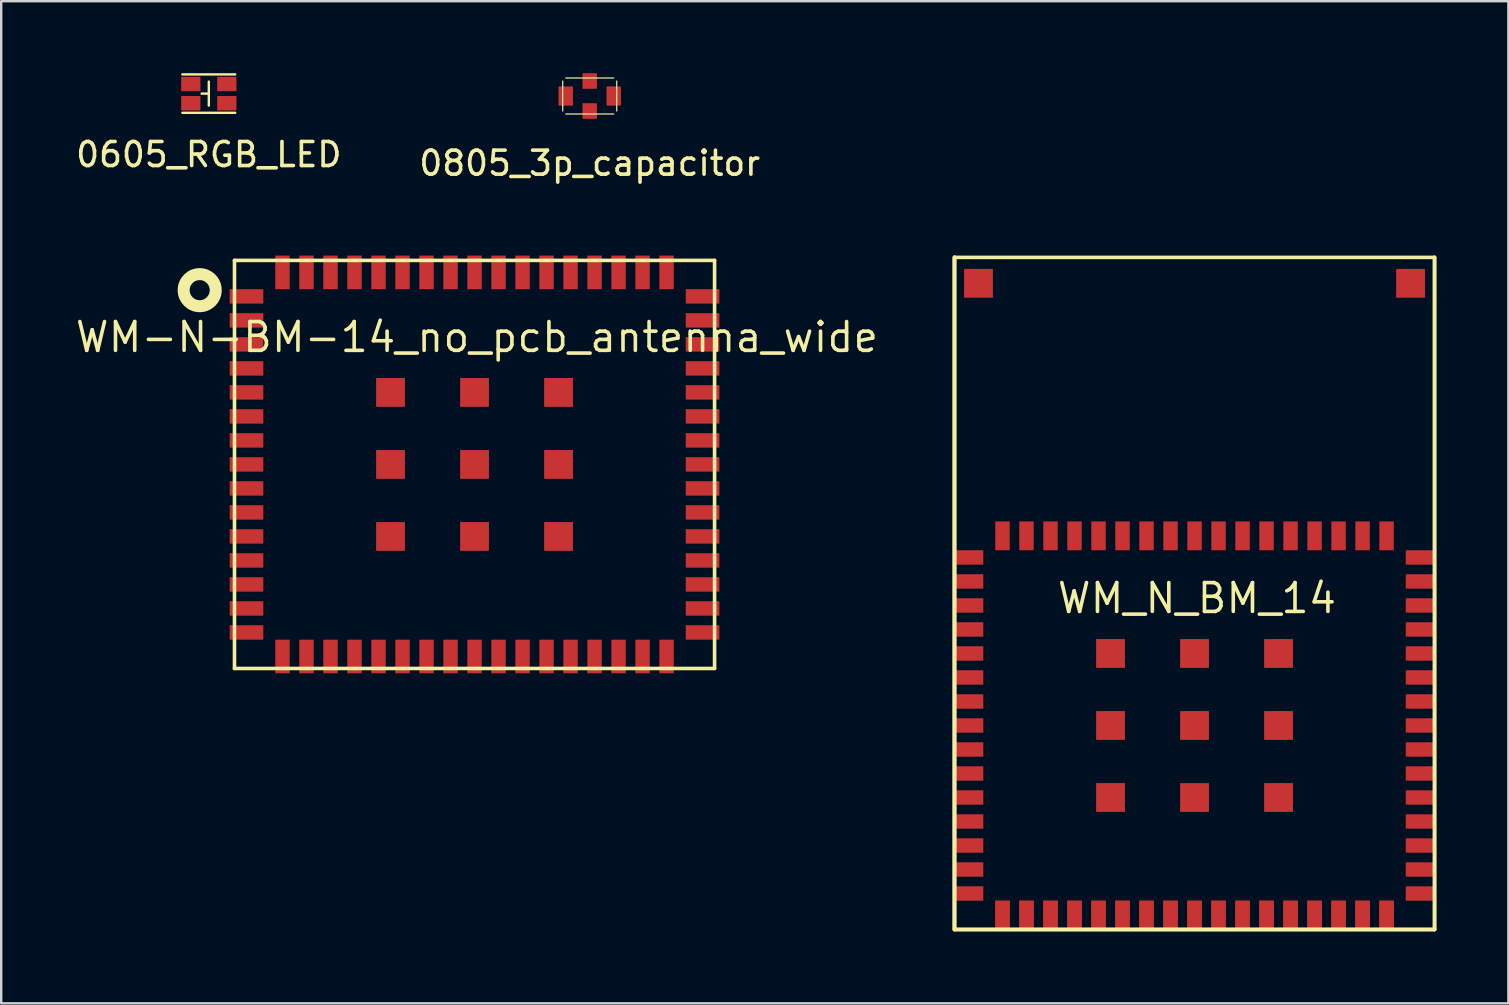
<source format=kicad_pcb>
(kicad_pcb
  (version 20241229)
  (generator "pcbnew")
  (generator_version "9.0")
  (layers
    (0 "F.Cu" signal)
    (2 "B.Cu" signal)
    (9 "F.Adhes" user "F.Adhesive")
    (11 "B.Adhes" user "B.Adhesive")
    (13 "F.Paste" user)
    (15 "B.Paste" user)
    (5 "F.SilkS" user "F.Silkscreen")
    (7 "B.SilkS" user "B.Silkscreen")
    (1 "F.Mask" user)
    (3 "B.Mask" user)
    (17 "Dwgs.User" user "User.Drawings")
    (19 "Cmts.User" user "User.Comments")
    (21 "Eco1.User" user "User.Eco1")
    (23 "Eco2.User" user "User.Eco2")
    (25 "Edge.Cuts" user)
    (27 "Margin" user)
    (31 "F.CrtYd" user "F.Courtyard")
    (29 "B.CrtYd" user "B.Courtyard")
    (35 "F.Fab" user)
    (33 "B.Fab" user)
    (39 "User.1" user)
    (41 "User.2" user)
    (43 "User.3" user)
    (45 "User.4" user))
  (footprint "WM-N-BM-14_no_pcb_antenna_wide"
    (layer "F.Cu")
    (at 16.619 10.998)
    (property "Reference" "WM-N-BM-14_no_pcb_antenna_wide" (at 0.2 0 0) (layer "F.SilkS") (effects (font (size 1.2 1.2) (thickness 0.15))))
    (attr through_hole)
    (fp_line (start -9.9 -3.2) (end -9.9 13.8) (stroke (width 0.15) (type solid)) (layer "F.SilkS"))
    (fp_line (start -9.9 13.8) (end 10.1 13.8) (stroke (width 0.15) (type solid)) (layer "F.SilkS"))
    (fp_line (start 10.1 -3.2) (end -9.9 -3.2) (stroke (width 0.15) (type solid)) (layer "F.SilkS"))
    (fp_line (start 10.1 13.8) (end 10.1 -3.2) (stroke (width 0.15) (type solid)) (layer "F.SilkS"))
    (fp_circle (center -11.35 -1.96) (end -10.83 -2.38) (stroke (width 0.5) (type solid)) (fill no) (layer "F.SilkS"))
    (pad "1" smd rect (at -9.4 -1.7 90) (size 0.6 1.4) (layers "F.Cu" "F.Mask" "F.Paste"))
    (pad "2" smd rect (at -9.4 -0.7 90) (size 0.6 1.4) (layers "F.Cu" "F.Mask" "F.Paste"))
    (pad "3" smd rect (at -9.4 0.3 90) (size 0.6 1.4) (layers "F.Cu" "F.Mask" "F.Paste"))
    (pad "4" smd rect (at -9.4 1.3 90) (size 0.6 1.4) (layers "F.Cu" "F.Mask" "F.Paste"))
    (pad "5" smd rect (at -9.4 2.3 90) (size 0.6 1.4) (layers "F.Cu" "F.Mask" "F.Paste"))
    (pad "6" smd rect (at -9.4 3.3 90) (size 0.6 1.4) (layers "F.Cu" "F.Mask" "F.Paste"))
    (pad "7" smd rect (at -9.4 4.3 90) (size 0.6 1.4) (layers "F.Cu" "F.Mask" "F.Paste"))
    (pad "8" smd rect (at -9.4 5.3 90) (size 0.6 1.4) (layers "F.Cu" "F.Mask" "F.Paste"))
    (pad "9" smd rect (at -9.4 6.3 90) (size 0.6 1.4) (layers "F.Cu" "F.Mask" "F.Paste"))
    (pad "10" smd rect (at -9.4 7.3 90) (size 0.6 1.4) (layers "F.Cu" "F.Mask" "F.Paste"))
    (pad "11" smd rect (at -9.4 8.3 90) (size 0.6 1.4) (layers "F.Cu" "F.Mask" "F.Paste"))
    (pad "12" smd rect (at -9.4 9.3 90) (size 0.6 1.4) (layers "F.Cu" "F.Mask" "F.Paste"))
    (pad "13" smd rect (at -9.4 10.3 90) (size 0.6 1.4) (layers "F.Cu" "F.Mask" "F.Paste"))
    (pad "14" smd rect (at -9.4 11.3 90) (size 0.6 1.4) (layers "F.Cu" "F.Mask" "F.Paste"))
    (pad "15" smd rect (at -9.4 12.3 90) (size 0.6 1.4) (layers "F.Cu" "F.Mask" "F.Paste"))
    (pad "16" smd rect (at -7.9 13.3 90) (size 1.4 0.6) (layers "F.Cu" "F.Mask" "F.Paste"))
    (pad "17" smd rect (at -6.9 13.3 90) (size 1.4 0.6) (layers "F.Cu" "F.Mask" "F.Paste"))
    (pad "18" smd rect (at -5.9 13.3 90) (size 1.4 0.6) (layers "F.Cu" "F.Mask" "F.Paste"))
    (pad "19" smd rect (at -4.9 13.3 90) (size 1.4 0.6) (layers "F.Cu" "F.Mask" "F.Paste"))
    (pad "20" smd rect (at -3.9 13.3 90) (size 1.4 0.6) (layers "F.Cu" "F.Mask" "F.Paste"))
    (pad "21" smd rect (at -2.9 13.3 90) (size 1.4 0.6) (layers "F.Cu" "F.Mask" "F.Paste"))
    (pad "22" smd rect (at -1.9 13.3 90) (size 1.4 0.6) (layers "F.Cu" "F.Mask" "F.Paste"))
    (pad "23" smd rect (at -0.9 13.3 90) (size 1.4 0.6) (layers "F.Cu" "F.Mask" "F.Paste"))
    (pad "24" smd rect (at 0.1 13.3 90) (size 1.4 0.6) (layers "F.Cu" "F.Mask" "F.Paste"))
    (pad "25" smd rect (at 1.1 13.3 90) (size 1.4 0.6) (layers "F.Cu" "F.Mask" "F.Paste"))
    (pad "26" smd rect (at 2.1 13.3 90) (size 1.4 0.6) (layers "F.Cu" "F.Mask" "F.Paste"))
    (pad "27" smd rect (at 3.1 13.3 90) (size 1.4 0.6) (layers "F.Cu" "F.Mask" "F.Paste"))
    (pad "28" smd rect (at 4.1 13.3 90) (size 1.4 0.6) (layers "F.Cu" "F.Mask" "F.Paste"))
    (pad "29" smd rect (at 5.1 13.3 90) (size 1.4 0.6) (layers "F.Cu" "F.Mask" "F.Paste"))
    (pad "30" smd rect (at 6.1 13.3 90) (size 1.4 0.6) (layers "F.Cu" "F.Mask" "F.Paste"))
    (pad "31" smd rect (at 7.1 13.3 90) (size 1.4 0.6) (layers "F.Cu" "F.Mask" "F.Paste"))
    (pad "32" smd rect (at 8.1 13.3 90) (size 1.4 0.6) (layers "F.Cu" "F.Mask" "F.Paste"))
    (pad "33" smd rect (at 9.6 12.3 270) (size 0.6 1.4) (layers "F.Cu" "F.Mask" "F.Paste"))
    (pad "34" smd rect (at 9.6 11.3 270) (size 0.6 1.4) (layers "F.Cu" "F.Mask" "F.Paste"))
    (pad "35" smd rect (at 9.6 10.3 270) (size 0.6 1.4) (layers "F.Cu" "F.Mask" "F.Paste"))
    (pad "36" smd rect (at 9.6 9.3 270) (size 0.6 1.4) (layers "F.Cu" "F.Mask" "F.Paste"))
    (pad "37" smd rect (at 9.6 8.3 270) (size 0.6 1.4) (layers "F.Cu" "F.Mask" "F.Paste"))
    (pad "38" smd rect (at 9.6 7.3 270) (size 0.6 1.4) (layers "F.Cu" "F.Mask" "F.Paste"))
    (pad "39" smd rect (at 9.6 6.3 270) (size 0.6 1.4) (layers "F.Cu" "F.Mask" "F.Paste"))
    (pad "40" smd rect (at 9.6 5.3 270) (size 0.6 1.4) (layers "F.Cu" "F.Mask" "F.Paste"))
    (pad "41" smd rect (at 9.6 4.3 270) (size 0.6 1.4) (layers "F.Cu" "F.Mask" "F.Paste"))
    (pad "42" smd rect (at 9.6 3.3 270) (size 0.6 1.4) (layers "F.Cu" "F.Mask" "F.Paste"))
    (pad "43" smd rect (at 9.6 2.3 270) (size 0.6 1.4) (layers "F.Cu" "F.Mask" "F.Paste"))
    (pad "44" smd rect (at 9.6 1.3 270) (size 0.6 1.4) (layers "F.Cu" "F.Mask" "F.Paste"))
    (pad "45" smd rect (at 9.6 0.3 270) (size 0.6 1.4) (layers "F.Cu" "F.Mask" "F.Paste"))
    (pad "46" smd rect (at 9.6 -0.7 270) (size 0.6 1.4) (layers "F.Cu" "F.Mask" "F.Paste"))
    (pad "47" smd rect (at 9.6 -1.7 270) (size 0.6 1.4) (layers "F.Cu" "F.Mask" "F.Paste"))
    (pad "48" smd rect (at 8.1 -2.7 90) (size 1.4 0.6) (layers "F.Cu" "F.Mask" "F.Paste"))
    (pad "49" smd rect (at 7.1 -2.7 90) (size 1.4 0.6) (layers "F.Cu" "F.Mask" "F.Paste"))
    (pad "50" smd rect (at 6.1 -2.7 90) (size 1.4 0.6) (layers "F.Cu" "F.Mask" "F.Paste"))
    (pad "51" smd rect (at 5.1 -2.7 90) (size 1.4 0.6) (layers "F.Cu" "F.Mask" "F.Paste"))
    (pad "52" smd rect (at 4.1 -2.7 90) (size 1.4 0.6) (layers "F.Cu" "F.Mask" "F.Paste"))
    (pad "53" smd rect (at 3.1 -2.7 90) (size 1.4 0.6) (layers "F.Cu" "F.Mask" "F.Paste"))
    (pad "54" smd rect (at 2.1 -2.7 90) (size 1.4 0.6) (layers "F.Cu" "F.Mask" "F.Paste"))
    (pad "55" smd rect (at 1.1 -2.7 90) (size 1.4 0.6) (layers "F.Cu" "F.Mask" "F.Paste"))
    (pad "56" smd rect (at 0.1 -2.7 90) (size 1.4 0.6) (layers "F.Cu" "F.Mask" "F.Paste"))
    (pad "57" smd rect (at -0.9 -2.7 90) (size 1.4 0.6) (layers "F.Cu" "F.Mask" "F.Paste"))
    (pad "58" smd rect (at -1.9 -2.7 90) (size 1.4 0.6) (layers "F.Cu" "F.Mask" "F.Paste"))
    (pad "59" smd rect (at -2.9 -2.7 90) (size 1.4 0.6) (layers "F.Cu" "F.Mask" "F.Paste"))
    (pad "60" smd rect (at -3.9 -2.7 90) (size 1.4 0.6) (layers "F.Cu" "F.Mask" "F.Paste"))
    (pad "61" smd rect (at -4.9 -2.7 90) (size 1.4 0.6) (layers "F.Cu" "F.Mask" "F.Paste"))
    (pad "62" smd rect (at -5.9 -2.7 90) (size 1.4 0.6) (layers "F.Cu" "F.Mask" "F.Paste"))
    (pad "63" smd rect (at -6.9 -2.7 90) (size 1.4 0.6) (layers "F.Cu" "F.Mask" "F.Paste"))
    (pad "64" smd rect (at -7.9 -2.7 90) (size 1.4 0.6) (layers "F.Cu" "F.Mask" "F.Paste"))
    (pad "65" smd rect (at -3.4 2.3 90) (size 1.2 1.2) (layers "F.Cu" "F.Mask" "F.Paste"))
    (pad "66" smd rect (at -3.4 5.3 90) (size 1.2 1.2) (layers "F.Cu" "F.Mask" "F.Paste"))
    (pad "67" smd rect (at -3.4 8.3 90) (size 1.2 1.2) (layers "F.Cu" "F.Mask" "F.Paste"))
    (pad "68" smd rect (at 0.1 2.3 90) (size 1.2 1.2) (layers "F.Cu" "F.Mask" "F.Paste"))
    (pad "69" smd rect (at 0.1 5.3 90) (size 1.2 1.2) (layers "F.Cu" "F.Mask" "F.Paste"))
    (pad "70" smd rect (at 0.1 8.3 90) (size 1.2 1.2) (layers "F.Cu" "F.Mask" "F.Paste"))
    (pad "71" smd rect (at 3.6 2.3 90) (size 1.2 1.2) (layers "F.Cu" "F.Mask" "F.Paste"))
    (pad "72" smd rect (at 3.6 5.3 90) (size 1.2 1.2) (layers "F.Cu" "F.Mask" "F.Paste"))
    (pad "73" smd rect (at 3.6 8.3 90) (size 1.2 1.2) (layers "F.Cu" "F.Mask" "F.Paste")))
  (footprint "0605_RGB_LED"
    (layer "F.Cu")
    (at 5.649 0.85)
    (property "Reference" "0605_RGB_LED" (at 0 2.54 0) (layer "F.SilkS") (effects (font (size 1 1) (thickness 0.15))))
    (attr through_hole)
    (fp_line (start 0 -0.5) (end 0 0.5) (stroke (width 0.1) (type solid)) (layer "F.SilkS"))
    (fp_line (start 0 0) (end -0.3 0) (stroke (width 0.1) (type solid)) (layer "F.SilkS"))
    (fp_line (start 1.1 -0.8) (end -1.1 -0.8) (stroke (width 0.1) (type solid)) (layer "F.SilkS"))
    (fp_line (start 1.1 0.8) (end -1.1 0.8) (stroke (width 0.1) (type solid)) (layer "F.SilkS"))
    (pad "1" smd rect (at -0.75 0.4) (size 0.8 0.6) (layers "F.Cu" "F.Mask" "F.Paste"))
    (pad "2" smd rect (at -0.75 -0.4) (size 0.8 0.6) (layers "F.Cu" "F.Mask" "F.Paste"))
    (pad "3" smd rect (at 0.75 -0.4) (size 0.8 0.6) (layers "F.Cu" "F.Mask" "F.Paste"))
    (pad "4" smd rect (at 0.75 0.4) (size 0.8 0.6) (layers "F.Cu" "F.Mask" "F.Paste")))
  (footprint "WM_N_BM_14"
    (layer "F.Cu")
    (at 46.614 21.873)
    (property "Reference" "WM_N_BM_14" (at 0.2 0 0) (layer "F.SilkS") (effects (font (size 1.2 1.2) (thickness 0.15))))
    (attr through_hole)
    (fp_line (start -9.9 -14.2) (end -9.9 13.8) (stroke (width 0.15) (type solid)) (layer "F.SilkS"))
    (fp_line (start -9.9 -14.2) (end -9.9 13.8) (stroke (width 0.15) (type solid)) (layer "F.SilkS"))
    (fp_line (start -9.9 13.8) (end -9.9 -14.2) (stroke (width 0.15) (type solid)) (layer "F.SilkS"))
    (fp_line (start -9.9 13.8) (end 10.1 13.8) (stroke (width 0.15) (type solid)) (layer "F.SilkS"))
    (fp_line (start -9.9 13.8) (end 10.1 13.8) (stroke (width 0.15) (type solid)) (layer "F.SilkS"))
    (fp_line (start 10.1 -14.2) (end -9.9 -14.2) (stroke (width 0.15) (type solid)) (layer "F.SilkS"))
    (fp_line (start 10.1 -14.2) (end 10.1 13.8) (stroke (width 0.15) (type solid)) (layer "F.SilkS"))
    (fp_line (start 10.1 13.8) (end 10.1 -14.2) (stroke (width 0.15) (type solid)) (layer "F.SilkS"))
    (pad "1" smd rect (at -9.3 -1.7 90) (size 0.6 1.2) (layers "F.Cu" "F.Mask" "F.Paste"))
    (pad "2" smd rect (at -9.3 -0.7 90) (size 0.6 1.2) (layers "F.Cu" "F.Mask" "F.Paste"))
    (pad "3" smd rect (at -9.3 0.3 90) (size 0.6 1.2) (layers "F.Cu" "F.Mask" "F.Paste"))
    (pad "4" smd rect (at -9.3 1.3 90) (size 0.6 1.2) (layers "F.Cu" "F.Mask" "F.Paste"))
    (pad "5" smd rect (at -9.3 2.3 90) (size 0.6 1.2) (layers "F.Cu" "F.Mask" "F.Paste"))
    (pad "6" smd rect (at -9.3 3.3 90) (size 0.6 1.2) (layers "F.Cu" "F.Mask" "F.Paste"))
    (pad "7" smd rect (at -9.3 4.3 90) (size 0.6 1.2) (layers "F.Cu" "F.Mask" "F.Paste"))
    (pad "8" smd rect (at -9.3 5.3 90) (size 0.6 1.2) (layers "F.Cu" "F.Mask" "F.Paste"))
    (pad "9" smd rect (at -9.3 6.3 90) (size 0.6 1.2) (layers "F.Cu" "F.Mask" "F.Paste"))
    (pad "10" smd rect (at -9.3 7.3 90) (size 0.6 1.2) (layers "F.Cu" "F.Mask" "F.Paste"))
    (pad "11" smd rect (at -9.3 8.3 90) (size 0.6 1.2) (layers "F.Cu" "F.Mask" "F.Paste"))
    (pad "12" smd rect (at -9.3 9.3 90) (size 0.6 1.2) (layers "F.Cu" "F.Mask" "F.Paste"))
    (pad "13" smd rect (at -9.3 10.3 90) (size 0.6 1.2) (layers "F.Cu" "F.Mask" "F.Paste"))
    (pad "14" smd rect (at -9.3 11.3 90) (size 0.6 1.2) (layers "F.Cu" "F.Mask" "F.Paste"))
    (pad "15" smd rect (at -9.3 12.3 90) (size 0.6 1.2) (layers "F.Cu" "F.Mask" "F.Paste"))
    (pad "16" smd rect (at -7.9 13.2 90) (size 1.2 0.6) (layers "F.Cu" "F.Mask" "F.Paste"))
    (pad "16" smd rect (at -7.9 13.2 90) (size 1.2 0.6) (layers "F.Cu" "F.Mask" "F.Paste"))
    (pad "17" smd rect (at -6.9 13.2 90) (size 1.2 0.6) (layers "F.Cu" "F.Mask" "F.Paste"))
    (pad "17" smd rect (at -6.9 13.2 90) (size 1.2 0.6) (layers "F.Cu" "F.Mask" "F.Paste"))
    (pad "18" smd rect (at -5.9 13.2 90) (size 1.2 0.6) (layers "F.Cu" "F.Mask" "F.Paste"))
    (pad "18" smd rect (at -5.9 13.2 90) (size 1.2 0.6) (layers "F.Cu" "F.Mask" "F.Paste"))
    (pad "19" smd rect (at -4.9 13.2 90) (size 1.2 0.6) (layers "F.Cu" "F.Mask" "F.Paste"))
    (pad "19" smd rect (at -4.9 13.2 90) (size 1.2 0.6) (layers "F.Cu" "F.Mask" "F.Paste"))
    (pad "20" smd rect (at -3.9 13.2 90) (size 1.2 0.6) (layers "F.Cu" "F.Mask" "F.Paste"))
    (pad "20" smd rect (at -3.9 13.2 90) (size 1.2 0.6) (layers "F.Cu" "F.Mask" "F.Paste"))
    (pad "21" smd rect (at -2.9 13.2 90) (size 1.2 0.6) (layers "F.Cu" "F.Mask" "F.Paste"))
    (pad "21" smd rect (at -2.9 13.2 90) (size 1.2 0.6) (layers "F.Cu" "F.Mask" "F.Paste"))
    (pad "22" smd rect (at -1.9 13.2 90) (size 1.2 0.6) (layers "F.Cu" "F.Mask" "F.Paste"))
    (pad "22" smd rect (at -1.9 13.2 90) (size 1.2 0.6) (layers "F.Cu" "F.Mask" "F.Paste"))
    (pad "23" smd rect (at -0.9 13.2 90) (size 1.2 0.6) (layers "F.Cu" "F.Mask" "F.Paste"))
    (pad "23" smd rect (at -0.9 13.2 90) (size 1.2 0.6) (layers "F.Cu" "F.Mask" "F.Paste"))
    (pad "24" smd rect (at 0.1 13.2 90) (size 1.2 0.6) (layers "F.Cu" "F.Mask" "F.Paste"))
    (pad "24" smd rect (at 0.1 13.2 90) (size 1.2 0.6) (layers "F.Cu" "F.Mask" "F.Paste"))
    (pad "25" smd rect (at 1.1 13.2 90) (size 1.2 0.6) (layers "F.Cu" "F.Mask" "F.Paste"))
    (pad "25" smd rect (at 1.1 13.2 90) (size 1.2 0.6) (layers "F.Cu" "F.Mask" "F.Paste"))
    (pad "26" smd rect (at 2.1 13.2 90) (size 1.2 0.6) (layers "F.Cu" "F.Mask" "F.Paste"))
    (pad "26" smd rect (at 2.1 13.2 90) (size 1.2 0.6) (layers "F.Cu" "F.Mask" "F.Paste"))
    (pad "27" smd rect (at 3.1 13.2 90) (size 1.2 0.6) (layers "F.Cu" "F.Mask" "F.Paste"))
    (pad "27" smd rect (at 3.1 13.2 90) (size 1.2 0.6) (layers "F.Cu" "F.Mask" "F.Paste"))
    (pad "28" smd rect (at 4.1 13.2 90) (size 1.2 0.6) (layers "F.Cu" "F.Mask" "F.Paste"))
    (pad "28" smd rect (at 4.1 13.2 90) (size 1.2 0.6) (layers "F.Cu" "F.Mask" "F.Paste"))
    (pad "29" smd rect (at 5.1 13.2 90) (size 1.2 0.6) (layers "F.Cu" "F.Mask" "F.Paste"))
    (pad "29" smd rect (at 5.1 13.2 90) (size 1.2 0.6) (layers "F.Cu" "F.Mask" "F.Paste"))
    (pad "30" smd rect (at 6.1 13.2 90) (size 1.2 0.6) (layers "F.Cu" "F.Mask" "F.Paste"))
    (pad "30" smd rect (at 6.1 13.2 90) (size 1.2 0.6) (layers "F.Cu" "F.Mask" "F.Paste"))
    (pad "31" smd rect (at 7.1 13.2 90) (size 1.2 0.6) (layers "F.Cu" "F.Mask" "F.Paste"))
    (pad "31" smd rect (at 7.1 13.2 90) (size 1.2 0.6) (layers "F.Cu" "F.Mask" "F.Paste"))
    (pad "32" smd rect (at 8.1 13.2 90) (size 1.2 0.6) (layers "F.Cu" "F.Mask" "F.Paste"))
    (pad "32" smd rect (at 8.1 13.2 90) (size 1.2 0.6) (layers "F.Cu" "F.Mask" "F.Paste"))
    (pad "33" smd rect (at 9.5 12.3 270) (size 0.6 1.2) (layers "F.Cu" "F.Mask" "F.Paste"))
    (pad "34" smd rect (at 9.5 11.3 270) (size 0.6 1.2) (layers "F.Cu" "F.Mask" "F.Paste"))
    (pad "35" smd rect (at 9.5 10.3 270) (size 0.6 1.2) (layers "F.Cu" "F.Mask" "F.Paste"))
    (pad "36" smd rect (at 9.5 9.3 270) (size 0.6 1.2) (layers "F.Cu" "F.Mask" "F.Paste"))
    (pad "37" smd rect (at 9.5 8.3 270) (size 0.6 1.2) (layers "F.Cu" "F.Mask" "F.Paste"))
    (pad "38" smd rect (at 9.5 7.3 270) (size 0.6 1.2) (layers "F.Cu" "F.Mask" "F.Paste"))
    (pad "39" smd rect (at 9.5 6.3 270) (size 0.6 1.2) (layers "F.Cu" "F.Mask" "F.Paste"))
    (pad "40" smd rect (at 9.5 5.3 270) (size 0.6 1.2) (layers "F.Cu" "F.Mask" "F.Paste"))
    (pad "41" smd rect (at 9.5 4.3 270) (size 0.6 1.2) (layers "F.Cu" "F.Mask" "F.Paste"))
    (pad "42" smd rect (at 9.5 3.3 270) (size 0.6 1.2) (layers "F.Cu" "F.Mask" "F.Paste"))
    (pad "43" smd rect (at 9.5 2.3 270) (size 0.6 1.2) (layers "F.Cu" "F.Mask" "F.Paste"))
    (pad "44" smd rect (at 9.5 1.3 270) (size 0.6 1.2) (layers "F.Cu" "F.Mask" "F.Paste"))
    (pad "45" smd rect (at 9.5 0.3 270) (size 0.6 1.2) (layers "F.Cu" "F.Mask" "F.Paste"))
    (pad "46" smd rect (at 9.5 -0.7 270) (size 0.6 1.2) (layers "F.Cu" "F.Mask" "F.Paste"))
    (pad "47" smd rect (at 9.5 -1.7 270) (size 0.6 1.2) (layers "F.Cu" "F.Mask" "F.Paste"))
    (pad "48" smd rect (at 8.1 -2.6 90) (size 1.2 0.6) (layers "F.Cu" "F.Mask" "F.Paste"))
    (pad "49" smd rect (at 7.1 -2.6 90) (size 1.2 0.6) (layers "F.Cu" "F.Mask" "F.Paste"))
    (pad "50" smd rect (at 6.1 -2.6 90) (size 1.2 0.6) (layers "F.Cu" "F.Mask" "F.Paste"))
    (pad "51" smd rect (at 5.1 -2.6 90) (size 1.2 0.6) (layers "F.Cu" "F.Mask" "F.Paste"))
    (pad "52" smd rect (at 4.1 -2.6 90) (size 1.2 0.6) (layers "F.Cu" "F.Mask" "F.Paste"))
    (pad "53" smd rect (at 3.1 -2.6 90) (size 1.2 0.6) (layers "F.Cu" "F.Mask" "F.Paste"))
    (pad "54" smd rect (at 2.1 -2.6 90) (size 1.2 0.6) (layers "F.Cu" "F.Mask" "F.Paste"))
    (pad "55" smd rect (at 1.1 -2.6 90) (size 1.2 0.6) (layers "F.Cu" "F.Mask" "F.Paste"))
    (pad "56" smd rect (at 0.1 -2.6 90) (size 1.2 0.6) (layers "F.Cu" "F.Mask" "F.Paste"))
    (pad "57" smd rect (at -0.9 -2.6 90) (size 1.2 0.6) (layers "F.Cu" "F.Mask" "F.Paste"))
    (pad "58" smd rect (at -1.9 -2.6 90) (size 1.2 0.6) (layers "F.Cu" "F.Mask" "F.Paste"))
    (pad "59" smd rect (at -2.9 -2.6 90) (size 1.2 0.6) (layers "F.Cu" "F.Mask" "F.Paste"))
    (pad "60" smd rect (at -3.9 -2.6 90) (size 1.2 0.6) (layers "F.Cu" "F.Mask" "F.Paste"))
    (pad "61" smd rect (at -4.9 -2.6 90) (size 1.2 0.6) (layers "F.Cu" "F.Mask" "F.Paste"))
    (pad "62" smd rect (at -5.9 -2.6 90) (size 1.2 0.6) (layers "F.Cu" "F.Mask" "F.Paste"))
    (pad "63" smd rect (at -6.9 -2.6 90) (size 1.2 0.6) (layers "F.Cu" "F.Mask" "F.Paste"))
    (pad "64" smd rect (at -7.9 -2.6 90) (size 1.2 0.6) (layers "F.Cu" "F.Mask" "F.Paste"))
    (pad "65" smd rect (at -3.4 2.3 90) (size 1.2 1.2) (layers "F.Cu" "F.Mask" "F.Paste"))
    (pad "66" smd rect (at -3.4 5.3 90) (size 1.2 1.2) (layers "F.Cu" "F.Mask" "F.Paste"))
    (pad "67" smd rect (at -3.4 8.3 90) (size 1.2 1.2) (layers "F.Cu" "F.Mask" "F.Paste"))
    (pad "68" smd rect (at 0.1 2.3 90) (size 1.2 1.2) (layers "F.Cu" "F.Mask" "F.Paste"))
    (pad "69" smd rect (at 0.1 5.3 90) (size 1.2 1.2) (layers "F.Cu" "F.Mask" "F.Paste"))
    (pad "70" smd rect (at 0.1 8.3 90) (size 1.2 1.2) (layers "F.Cu" "F.Mask" "F.Paste"))
    (pad "71" smd rect (at 3.6 2.3 90) (size 1.2 1.2) (layers "F.Cu" "F.Mask" "F.Paste"))
    (pad "72" smd rect (at 3.6 5.3 90) (size 1.2 1.2) (layers "F.Cu" "F.Mask" "F.Paste"))
    (pad "73" smd rect (at 3.6 8.3 90) (size 1.2 1.2) (layers "F.Cu" "F.Mask" "F.Paste"))
    (pad "74" smd rect (at -8.9 -13.12 90) (size 1.2 1.2) (layers "F.Cu" "F.Mask" "F.Paste"))
    (pad "74" smd rect (at 9.1 -13.12 90) (size 1.2 1.2) (layers "F.Cu" "F.Mask" "F.Paste")))
  (footprint "0805_3p_capacitor"
    (layer "F.Cu")
    (at 21.518 0.95)
    (property "Reference" "0805_3p_capacitor" (at 0 2.8 0) (layer "F.SilkS") (effects (font (size 1 1) (thickness 0.15))))
    (attr through_hole)
    (fp_line (start -1.125 0.625) (end -1.125 -0.625) (stroke (width 0.05) (type solid)) (layer "F.SilkS"))
    (fp_line (start -1 -0.75) (end 1 -0.75) (stroke (width 0.05) (type solid)) (layer "F.SilkS"))
    (fp_line (start -1 0.75) (end 1 0.75) (stroke (width 0.05) (type solid)) (layer "F.SilkS"))
    (fp_line (start 1.125 0.625) (end 1.125 -0.625) (stroke (width 0.05) (type solid)) (layer "F.SilkS"))
    (pad "1" smd rect (at -1 0) (size 0.6 0.8) (layers "F.Cu" "F.Mask" "F.Paste"))
    (pad "2" smd rect (at 0 -0.625) (size 0.6 0.65) (layers "F.Cu" "F.Mask" "F.Paste"))
    (pad "2" smd rect (at 0 0.625) (size 0.6 0.65) (layers "F.Cu" "F.Mask" "F.Paste"))
    (pad "3" smd rect (at 1 0) (size 0.6 0.8) (layers "F.Cu" "F.Mask" "F.Paste")))
  (gr_rect
    (start -3 -3)
    (end 59.789 38.748)
    (stroke (width 0.1) (type default))
    (fill no)
    (layer "Edge.Cuts")))
</source>
